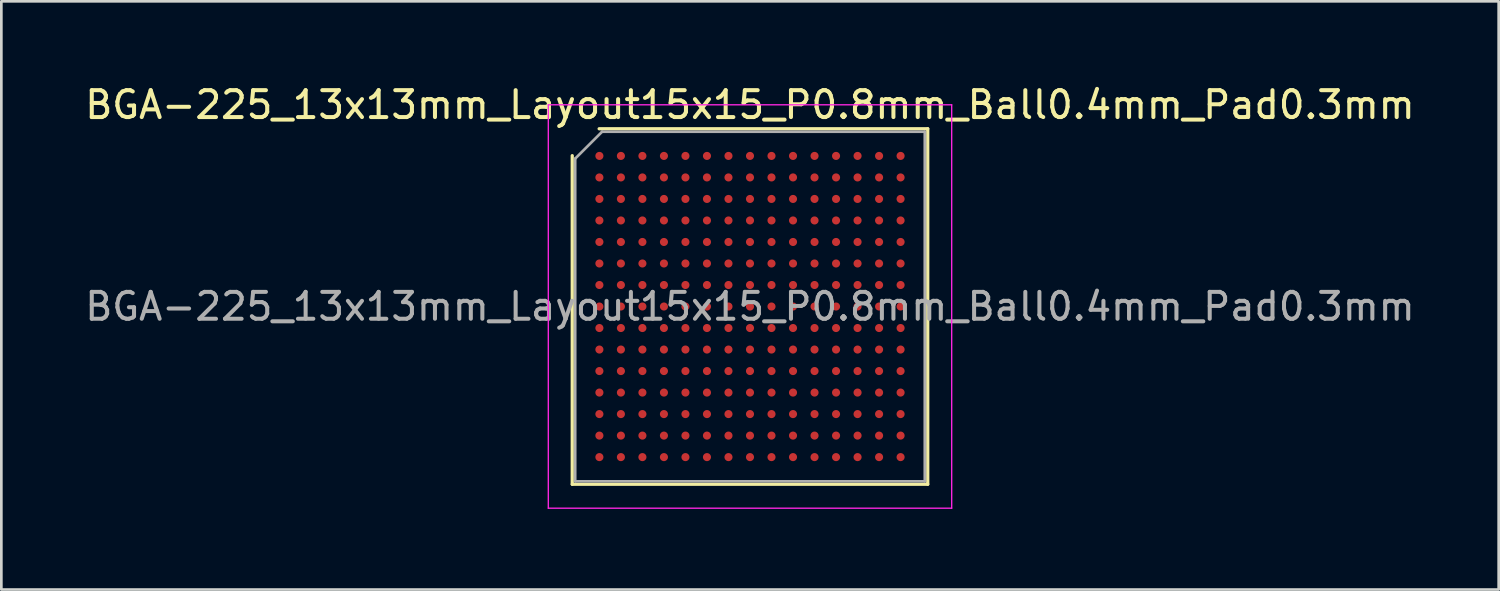
<source format=kicad_pcb>
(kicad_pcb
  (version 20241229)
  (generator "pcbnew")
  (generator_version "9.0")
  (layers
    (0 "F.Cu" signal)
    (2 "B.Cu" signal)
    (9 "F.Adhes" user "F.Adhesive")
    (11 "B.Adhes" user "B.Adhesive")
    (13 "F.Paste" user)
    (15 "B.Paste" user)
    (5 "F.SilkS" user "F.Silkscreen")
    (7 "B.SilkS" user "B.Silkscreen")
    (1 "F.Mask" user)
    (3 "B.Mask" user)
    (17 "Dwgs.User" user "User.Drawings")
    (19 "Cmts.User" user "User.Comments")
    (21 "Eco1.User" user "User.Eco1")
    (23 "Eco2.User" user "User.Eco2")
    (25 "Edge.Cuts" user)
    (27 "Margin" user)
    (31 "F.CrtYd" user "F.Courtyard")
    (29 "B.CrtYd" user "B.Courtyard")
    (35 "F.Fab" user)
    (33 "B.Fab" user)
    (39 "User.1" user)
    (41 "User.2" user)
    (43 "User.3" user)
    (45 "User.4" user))
  (footprint "BGA-225_13x13mm_Layout15x15_P0.8mm_Ball0.4mm_Pad0.3mm"
    (layer "F.Cu")
    (at 24.839 8.348)
    (property "Reference" "BGA-225_13x13mm_Layout15x15_P0.8mm_Ball0.4mm_Pad0.3mm" (at 0 -7.5 0) (layer "F.SilkS") (effects (font (size 1 1) (thickness 0.15))))
    (attr smd)
    (fp_line (start -6.61 6.61) (end -6.61 -5.61) (stroke (width 0.12) (type solid)) (layer "F.SilkS"))
    (fp_line (start -5.61 -6.61) (end 6.61 -6.61) (stroke (width 0.12) (type solid)) (layer "F.SilkS"))
    (fp_line (start 6.61 -6.61) (end 6.61 6.61) (stroke (width 0.12) (type solid)) (layer "F.SilkS"))
    (fp_line (start 6.61 6.61) (end -6.61 6.61) (stroke (width 0.12) (type solid)) (layer "F.SilkS"))
    (fp_line (start -7.5 -7.5) (end -7.5 7.5) (stroke (width 0.05) (type solid)) (layer "F.CrtYd"))
    (fp_line (start -7.5 7.5) (end 7.5 7.5) (stroke (width 0.05) (type solid)) (layer "F.CrtYd"))
    (fp_line (start 7.5 -7.5) (end -7.5 -7.5) (stroke (width 0.05) (type solid)) (layer "F.CrtYd"))
    (fp_line (start 7.5 7.5) (end 7.5 -7.5) (stroke (width 0.05) (type solid)) (layer "F.CrtYd"))
    (fp_line (start -6.5 -5.5) (end -5.5 -6.5) (stroke (width 0.1) (type solid)) (layer "F.Fab"))
    (fp_line (start -6.5 6.5) (end -6.5 -5.5) (stroke (width 0.1) (type solid)) (layer "F.Fab"))
    (fp_line (start -5.5 -6.5) (end 6.5 -6.5) (stroke (width 0.1) (type solid)) (layer "F.Fab"))
    (fp_line (start 6.5 -6.5) (end 6.5 6.5) (stroke (width 0.1) (type solid)) (layer "F.Fab"))
    (fp_line (start 6.5 6.5) (end -6.5 6.5) (stroke (width 0.1) (type solid)) (layer "F.Fab"))
    (fp_text user "${REFERENCE}" (at 0 0 0) (layer "F.Fab") (effects (font (size 1 1) (thickness 0.15))))
    (pad "A1" smd circle (at -5.6 -5.6) (size 0.3 0.3) (layers "F.Cu" "F.Mask" "F.Paste"))
    (pad "A2" smd circle (at -4.8 -5.6) (size 0.3 0.3) (layers "F.Cu" "F.Mask" "F.Paste"))
    (pad "A3" smd circle (at -4 -5.6) (size 0.3 0.3) (layers "F.Cu" "F.Mask" "F.Paste"))
    (pad "A4" smd circle (at -3.2 -5.6) (size 0.3 0.3) (layers "F.Cu" "F.Mask" "F.Paste"))
    (pad "A5" smd circle (at -2.4 -5.6) (size 0.3 0.3) (layers "F.Cu" "F.Mask" "F.Paste"))
    (pad "A6" smd circle (at -1.6 -5.6) (size 0.3 0.3) (layers "F.Cu" "F.Mask" "F.Paste"))
    (pad "A7" smd circle (at -0.8 -5.6) (size 0.3 0.3) (layers "F.Cu" "F.Mask" "F.Paste"))
    (pad "A8" smd circle (at 0 -5.6) (size 0.3 0.3) (layers "F.Cu" "F.Mask" "F.Paste"))
    (pad "A9" smd circle (at 0.8 -5.6) (size 0.3 0.3) (layers "F.Cu" "F.Mask" "F.Paste"))
    (pad "A10" smd circle (at 1.6 -5.6) (size 0.3 0.3) (layers "F.Cu" "F.Mask" "F.Paste"))
    (pad "A11" smd circle (at 2.4 -5.6) (size 0.3 0.3) (layers "F.Cu" "F.Mask" "F.Paste"))
    (pad "A12" smd circle (at 3.2 -5.6) (size 0.3 0.3) (layers "F.Cu" "F.Mask" "F.Paste"))
    (pad "A13" smd circle (at 4 -5.6) (size 0.3 0.3) (layers "F.Cu" "F.Mask" "F.Paste"))
    (pad "A14" smd circle (at 4.8 -5.6) (size 0.3 0.3) (layers "F.Cu" "F.Mask" "F.Paste"))
    (pad "A15" smd circle (at 5.6 -5.6) (size 0.3 0.3) (layers "F.Cu" "F.Mask" "F.Paste"))
    (pad "B1" smd circle (at -5.6 -4.8) (size 0.3 0.3) (layers "F.Cu" "F.Mask" "F.Paste"))
    (pad "B2" smd circle (at -4.8 -4.8) (size 0.3 0.3) (layers "F.Cu" "F.Mask" "F.Paste"))
    (pad "B3" smd circle (at -4 -4.8) (size 0.3 0.3) (layers "F.Cu" "F.Mask" "F.Paste"))
    (pad "B4" smd circle (at -3.2 -4.8) (size 0.3 0.3) (layers "F.Cu" "F.Mask" "F.Paste"))
    (pad "B5" smd circle (at -2.4 -4.8) (size 0.3 0.3) (layers "F.Cu" "F.Mask" "F.Paste"))
    (pad "B6" smd circle (at -1.6 -4.8) (size 0.3 0.3) (layers "F.Cu" "F.Mask" "F.Paste"))
    (pad "B7" smd circle (at -0.8 -4.8) (size 0.3 0.3) (layers "F.Cu" "F.Mask" "F.Paste"))
    (pad "B8" smd circle (at 0 -4.8) (size 0.3 0.3) (layers "F.Cu" "F.Mask" "F.Paste"))
    (pad "B9" smd circle (at 0.8 -4.8) (size 0.3 0.3) (layers "F.Cu" "F.Mask" "F.Paste"))
    (pad "B10" smd circle (at 1.6 -4.8) (size 0.3 0.3) (layers "F.Cu" "F.Mask" "F.Paste"))
    (pad "B11" smd circle (at 2.4 -4.8) (size 0.3 0.3) (layers "F.Cu" "F.Mask" "F.Paste"))
    (pad "B12" smd circle (at 3.2 -4.8) (size 0.3 0.3) (layers "F.Cu" "F.Mask" "F.Paste"))
    (pad "B13" smd circle (at 4 -4.8) (size 0.3 0.3) (layers "F.Cu" "F.Mask" "F.Paste"))
    (pad "B14" smd circle (at 4.8 -4.8) (size 0.3 0.3) (layers "F.Cu" "F.Mask" "F.Paste"))
    (pad "B15" smd circle (at 5.6 -4.8) (size 0.3 0.3) (layers "F.Cu" "F.Mask" "F.Paste"))
    (pad "C1" smd circle (at -5.6 -4) (size 0.3 0.3) (layers "F.Cu" "F.Mask" "F.Paste"))
    (pad "C2" smd circle (at -4.8 -4) (size 0.3 0.3) (layers "F.Cu" "F.Mask" "F.Paste"))
    (pad "C3" smd circle (at -4 -4) (size 0.3 0.3) (layers "F.Cu" "F.Mask" "F.Paste"))
    (pad "C4" smd circle (at -3.2 -4) (size 0.3 0.3) (layers "F.Cu" "F.Mask" "F.Paste"))
    (pad "C5" smd circle (at -2.4 -4) (size 0.3 0.3) (layers "F.Cu" "F.Mask" "F.Paste"))
    (pad "C6" smd circle (at -1.6 -4) (size 0.3 0.3) (layers "F.Cu" "F.Mask" "F.Paste"))
    (pad "C7" smd circle (at -0.8 -4) (size 0.3 0.3) (layers "F.Cu" "F.Mask" "F.Paste"))
    (pad "C8" smd circle (at 0 -4) (size 0.3 0.3) (layers "F.Cu" "F.Mask" "F.Paste"))
    (pad "C9" smd circle (at 0.8 -4) (size 0.3 0.3) (layers "F.Cu" "F.Mask" "F.Paste"))
    (pad "C10" smd circle (at 1.6 -4) (size 0.3 0.3) (layers "F.Cu" "F.Mask" "F.Paste"))
    (pad "C11" smd circle (at 2.4 -4) (size 0.3 0.3) (layers "F.Cu" "F.Mask" "F.Paste"))
    (pad "C12" smd circle (at 3.2 -4) (size 0.3 0.3) (layers "F.Cu" "F.Mask" "F.Paste"))
    (pad "C13" smd circle (at 4 -4) (size 0.3 0.3) (layers "F.Cu" "F.Mask" "F.Paste"))
    (pad "C14" smd circle (at 4.8 -4) (size 0.3 0.3) (layers "F.Cu" "F.Mask" "F.Paste"))
    (pad "C15" smd circle (at 5.6 -4) (size 0.3 0.3) (layers "F.Cu" "F.Mask" "F.Paste"))
    (pad "D1" smd circle (at -5.6 -3.2) (size 0.3 0.3) (layers "F.Cu" "F.Mask" "F.Paste"))
    (pad "D2" smd circle (at -4.8 -3.2) (size 0.3 0.3) (layers "F.Cu" "F.Mask" "F.Paste"))
    (pad "D3" smd circle (at -4 -3.2) (size 0.3 0.3) (layers "F.Cu" "F.Mask" "F.Paste"))
    (pad "D4" smd circle (at -3.2 -3.2) (size 0.3 0.3) (layers "F.Cu" "F.Mask" "F.Paste"))
    (pad "D5" smd circle (at -2.4 -3.2) (size 0.3 0.3) (layers "F.Cu" "F.Mask" "F.Paste"))
    (pad "D6" smd circle (at -1.6 -3.2) (size 0.3 0.3) (layers "F.Cu" "F.Mask" "F.Paste"))
    (pad "D7" smd circle (at -0.8 -3.2) (size 0.3 0.3) (layers "F.Cu" "F.Mask" "F.Paste"))
    (pad "D8" smd circle (at 0 -3.2) (size 0.3 0.3) (layers "F.Cu" "F.Mask" "F.Paste"))
    (pad "D9" smd circle (at 0.8 -3.2) (size 0.3 0.3) (layers "F.Cu" "F.Mask" "F.Paste"))
    (pad "D10" smd circle (at 1.6 -3.2) (size 0.3 0.3) (layers "F.Cu" "F.Mask" "F.Paste"))
    (pad "D11" smd circle (at 2.4 -3.2) (size 0.3 0.3) (layers "F.Cu" "F.Mask" "F.Paste"))
    (pad "D12" smd circle (at 3.2 -3.2) (size 0.3 0.3) (layers "F.Cu" "F.Mask" "F.Paste"))
    (pad "D13" smd circle (at 4 -3.2) (size 0.3 0.3) (layers "F.Cu" "F.Mask" "F.Paste"))
    (pad "D14" smd circle (at 4.8 -3.2) (size 0.3 0.3) (layers "F.Cu" "F.Mask" "F.Paste"))
    (pad "D15" smd circle (at 5.6 -3.2) (size 0.3 0.3) (layers "F.Cu" "F.Mask" "F.Paste"))
    (pad "E1" smd circle (at -5.6 -2.4) (size 0.3 0.3) (layers "F.Cu" "F.Mask" "F.Paste"))
    (pad "E2" smd circle (at -4.8 -2.4) (size 0.3 0.3) (layers "F.Cu" "F.Mask" "F.Paste"))
    (pad "E3" smd circle (at -4 -2.4) (size 0.3 0.3) (layers "F.Cu" "F.Mask" "F.Paste"))
    (pad "E4" smd circle (at -3.2 -2.4) (size 0.3 0.3) (layers "F.Cu" "F.Mask" "F.Paste"))
    (pad "E5" smd circle (at -2.4 -2.4) (size 0.3 0.3) (layers "F.Cu" "F.Mask" "F.Paste"))
    (pad "E6" smd circle (at -1.6 -2.4) (size 0.3 0.3) (layers "F.Cu" "F.Mask" "F.Paste"))
    (pad "E7" smd circle (at -0.8 -2.4) (size 0.3 0.3) (layers "F.Cu" "F.Mask" "F.Paste"))
    (pad "E8" smd circle (at 0 -2.4) (size 0.3 0.3) (layers "F.Cu" "F.Mask" "F.Paste"))
    (pad "E9" smd circle (at 0.8 -2.4) (size 0.3 0.3) (layers "F.Cu" "F.Mask" "F.Paste"))
    (pad "E10" smd circle (at 1.6 -2.4) (size 0.3 0.3) (layers "F.Cu" "F.Mask" "F.Paste"))
    (pad "E11" smd circle (at 2.4 -2.4) (size 0.3 0.3) (layers "F.Cu" "F.Mask" "F.Paste"))
    (pad "E12" smd circle (at 3.2 -2.4) (size 0.3 0.3) (layers "F.Cu" "F.Mask" "F.Paste"))
    (pad "E13" smd circle (at 4 -2.4) (size 0.3 0.3) (layers "F.Cu" "F.Mask" "F.Paste"))
    (pad "E14" smd circle (at 4.8 -2.4) (size 0.3 0.3) (layers "F.Cu" "F.Mask" "F.Paste"))
    (pad "E15" smd circle (at 5.6 -2.4) (size 0.3 0.3) (layers "F.Cu" "F.Mask" "F.Paste"))
    (pad "F1" smd circle (at -5.6 -1.6) (size 0.3 0.3) (layers "F.Cu" "F.Mask" "F.Paste"))
    (pad "F2" smd circle (at -4.8 -1.6) (size 0.3 0.3) (layers "F.Cu" "F.Mask" "F.Paste"))
    (pad "F3" smd circle (at -4 -1.6) (size 0.3 0.3) (layers "F.Cu" "F.Mask" "F.Paste"))
    (pad "F4" smd circle (at -3.2 -1.6) (size 0.3 0.3) (layers "F.Cu" "F.Mask" "F.Paste"))
    (pad "F5" smd circle (at -2.4 -1.6) (size 0.3 0.3) (layers "F.Cu" "F.Mask" "F.Paste"))
    (pad "F6" smd circle (at -1.6 -1.6) (size 0.3 0.3) (layers "F.Cu" "F.Mask" "F.Paste"))
    (pad "F7" smd circle (at -0.8 -1.6) (size 0.3 0.3) (layers "F.Cu" "F.Mask" "F.Paste"))
    (pad "F8" smd circle (at 0 -1.6) (size 0.3 0.3) (layers "F.Cu" "F.Mask" "F.Paste"))
    (pad "F9" smd circle (at 0.8 -1.6) (size 0.3 0.3) (layers "F.Cu" "F.Mask" "F.Paste"))
    (pad "F10" smd circle (at 1.6 -1.6) (size 0.3 0.3) (layers "F.Cu" "F.Mask" "F.Paste"))
    (pad "F11" smd circle (at 2.4 -1.6) (size 0.3 0.3) (layers "F.Cu" "F.Mask" "F.Paste"))
    (pad "F12" smd circle (at 3.2 -1.6) (size 0.3 0.3) (layers "F.Cu" "F.Mask" "F.Paste"))
    (pad "F13" smd circle (at 4 -1.6) (size 0.3 0.3) (layers "F.Cu" "F.Mask" "F.Paste"))
    (pad "F14" smd circle (at 4.8 -1.6) (size 0.3 0.3) (layers "F.Cu" "F.Mask" "F.Paste"))
    (pad "F15" smd circle (at 5.6 -1.6) (size 0.3 0.3) (layers "F.Cu" "F.Mask" "F.Paste"))
    (pad "G1" smd circle (at -5.6 -0.8) (size 0.3 0.3) (layers "F.Cu" "F.Mask" "F.Paste"))
    (pad "G2" smd circle (at -4.8 -0.8) (size 0.3 0.3) (layers "F.Cu" "F.Mask" "F.Paste"))
    (pad "G3" smd circle (at -4 -0.8) (size 0.3 0.3) (layers "F.Cu" "F.Mask" "F.Paste"))
    (pad "G4" smd circle (at -3.2 -0.8) (size 0.3 0.3) (layers "F.Cu" "F.Mask" "F.Paste"))
    (pad "G5" smd circle (at -2.4 -0.8) (size 0.3 0.3) (layers "F.Cu" "F.Mask" "F.Paste"))
    (pad "G6" smd circle (at -1.6 -0.8) (size 0.3 0.3) (layers "F.Cu" "F.Mask" "F.Paste"))
    (pad "G7" smd circle (at -0.8 -0.8) (size 0.3 0.3) (layers "F.Cu" "F.Mask" "F.Paste"))
    (pad "G8" smd circle (at 0 -0.8) (size 0.3 0.3) (layers "F.Cu" "F.Mask" "F.Paste"))
    (pad "G9" smd circle (at 0.8 -0.8) (size 0.3 0.3) (layers "F.Cu" "F.Mask" "F.Paste"))
    (pad "G10" smd circle (at 1.6 -0.8) (size 0.3 0.3) (layers "F.Cu" "F.Mask" "F.Paste"))
    (pad "G11" smd circle (at 2.4 -0.8) (size 0.3 0.3) (layers "F.Cu" "F.Mask" "F.Paste"))
    (pad "G12" smd circle (at 3.2 -0.8) (size 0.3 0.3) (layers "F.Cu" "F.Mask" "F.Paste"))
    (pad "G13" smd circle (at 4 -0.8) (size 0.3 0.3) (layers "F.Cu" "F.Mask" "F.Paste"))
    (pad "G14" smd circle (at 4.8 -0.8) (size 0.3 0.3) (layers "F.Cu" "F.Mask" "F.Paste"))
    (pad "G15" smd circle (at 5.6 -0.8) (size 0.3 0.3) (layers "F.Cu" "F.Mask" "F.Paste"))
    (pad "H1" smd circle (at -5.6 0) (size 0.3 0.3) (layers "F.Cu" "F.Mask" "F.Paste"))
    (pad "H2" smd circle (at -4.8 0) (size 0.3 0.3) (layers "F.Cu" "F.Mask" "F.Paste"))
    (pad "H3" smd circle (at -4 0) (size 0.3 0.3) (layers "F.Cu" "F.Mask" "F.Paste"))
    (pad "H4" smd circle (at -3.2 0) (size 0.3 0.3) (layers "F.Cu" "F.Mask" "F.Paste"))
    (pad "H5" smd circle (at -2.4 0) (size 0.3 0.3) (layers "F.Cu" "F.Mask" "F.Paste"))
    (pad "H6" smd circle (at -1.6 0) (size 0.3 0.3) (layers "F.Cu" "F.Mask" "F.Paste"))
    (pad "H7" smd circle (at -0.8 0) (size 0.3 0.3) (layers "F.Cu" "F.Mask" "F.Paste"))
    (pad "H8" smd circle (at 0 0) (size 0.3 0.3) (layers "F.Cu" "F.Mask" "F.Paste"))
    (pad "H9" smd circle (at 0.8 0) (size 0.3 0.3) (layers "F.Cu" "F.Mask" "F.Paste"))
    (pad "H10" smd circle (at 1.6 0) (size 0.3 0.3) (layers "F.Cu" "F.Mask" "F.Paste"))
    (pad "H11" smd circle (at 2.4 0) (size 0.3 0.3) (layers "F.Cu" "F.Mask" "F.Paste"))
    (pad "H12" smd circle (at 3.2 0) (size 0.3 0.3) (layers "F.Cu" "F.Mask" "F.Paste"))
    (pad "H13" smd circle (at 4 0) (size 0.3 0.3) (layers "F.Cu" "F.Mask" "F.Paste"))
    (pad "H14" smd circle (at 4.8 0) (size 0.3 0.3) (layers "F.Cu" "F.Mask" "F.Paste"))
    (pad "H15" smd circle (at 5.6 0) (size 0.3 0.3) (layers "F.Cu" "F.Mask" "F.Paste"))
    (pad "J1" smd circle (at -5.6 0.8) (size 0.3 0.3) (layers "F.Cu" "F.Mask" "F.Paste"))
    (pad "J2" smd circle (at -4.8 0.8) (size 0.3 0.3) (layers "F.Cu" "F.Mask" "F.Paste"))
    (pad "J3" smd circle (at -4 0.8) (size 0.3 0.3) (layers "F.Cu" "F.Mask" "F.Paste"))
    (pad "J4" smd circle (at -3.2 0.8) (size 0.3 0.3) (layers "F.Cu" "F.Mask" "F.Paste"))
    (pad "J5" smd circle (at -2.4 0.8) (size 0.3 0.3) (layers "F.Cu" "F.Mask" "F.Paste"))
    (pad "J6" smd circle (at -1.6 0.8) (size 0.3 0.3) (layers "F.Cu" "F.Mask" "F.Paste"))
    (pad "J7" smd circle (at -0.8 0.8) (size 0.3 0.3) (layers "F.Cu" "F.Mask" "F.Paste"))
    (pad "J8" smd circle (at 0 0.8) (size 0.3 0.3) (layers "F.Cu" "F.Mask" "F.Paste"))
    (pad "J9" smd circle (at 0.8 0.8) (size 0.3 0.3) (layers "F.Cu" "F.Mask" "F.Paste"))
    (pad "J10" smd circle (at 1.6 0.8) (size 0.3 0.3) (layers "F.Cu" "F.Mask" "F.Paste"))
    (pad "J11" smd circle (at 2.4 0.8) (size 0.3 0.3) (layers "F.Cu" "F.Mask" "F.Paste"))
    (pad "J12" smd circle (at 3.2 0.8) (size 0.3 0.3) (layers "F.Cu" "F.Mask" "F.Paste"))
    (pad "J13" smd circle (at 4 0.8) (size 0.3 0.3) (layers "F.Cu" "F.Mask" "F.Paste"))
    (pad "J14" smd circle (at 4.8 0.8) (size 0.3 0.3) (layers "F.Cu" "F.Mask" "F.Paste"))
    (pad "J15" smd circle (at 5.6 0.8) (size 0.3 0.3) (layers "F.Cu" "F.Mask" "F.Paste"))
    (pad "K1" smd circle (at -5.6 1.6) (size 0.3 0.3) (layers "F.Cu" "F.Mask" "F.Paste"))
    (pad "K2" smd circle (at -4.8 1.6) (size 0.3 0.3) (layers "F.Cu" "F.Mask" "F.Paste"))
    (pad "K3" smd circle (at -4 1.6) (size 0.3 0.3) (layers "F.Cu" "F.Mask" "F.Paste"))
    (pad "K4" smd circle (at -3.2 1.6) (size 0.3 0.3) (layers "F.Cu" "F.Mask" "F.Paste"))
    (pad "K5" smd circle (at -2.4 1.6) (size 0.3 0.3) (layers "F.Cu" "F.Mask" "F.Paste"))
    (pad "K6" smd circle (at -1.6 1.6) (size 0.3 0.3) (layers "F.Cu" "F.Mask" "F.Paste"))
    (pad "K7" smd circle (at -0.8 1.6) (size 0.3 0.3) (layers "F.Cu" "F.Mask" "F.Paste"))
    (pad "K8" smd circle (at 0 1.6) (size 0.3 0.3) (layers "F.Cu" "F.Mask" "F.Paste"))
    (pad "K9" smd circle (at 0.8 1.6) (size 0.3 0.3) (layers "F.Cu" "F.Mask" "F.Paste"))
    (pad "K10" smd circle (at 1.6 1.6) (size 0.3 0.3) (layers "F.Cu" "F.Mask" "F.Paste"))
    (pad "K11" smd circle (at 2.4 1.6) (size 0.3 0.3) (layers "F.Cu" "F.Mask" "F.Paste"))
    (pad "K12" smd circle (at 3.2 1.6) (size 0.3 0.3) (layers "F.Cu" "F.Mask" "F.Paste"))
    (pad "K13" smd circle (at 4 1.6) (size 0.3 0.3) (layers "F.Cu" "F.Mask" "F.Paste"))
    (pad "K14" smd circle (at 4.8 1.6) (size 0.3 0.3) (layers "F.Cu" "F.Mask" "F.Paste"))
    (pad "K15" smd circle (at 5.6 1.6) (size 0.3 0.3) (layers "F.Cu" "F.Mask" "F.Paste"))
    (pad "L1" smd circle (at -5.6 2.4) (size 0.3 0.3) (layers "F.Cu" "F.Mask" "F.Paste"))
    (pad "L2" smd circle (at -4.8 2.4) (size 0.3 0.3) (layers "F.Cu" "F.Mask" "F.Paste"))
    (pad "L3" smd circle (at -4 2.4) (size 0.3 0.3) (layers "F.Cu" "F.Mask" "F.Paste"))
    (pad "L4" smd circle (at -3.2 2.4) (size 0.3 0.3) (layers "F.Cu" "F.Mask" "F.Paste"))
    (pad "L5" smd circle (at -2.4 2.4) (size 0.3 0.3) (layers "F.Cu" "F.Mask" "F.Paste"))
    (pad "L6" smd circle (at -1.6 2.4) (size 0.3 0.3) (layers "F.Cu" "F.Mask" "F.Paste"))
    (pad "L7" smd circle (at -0.8 2.4) (size 0.3 0.3) (layers "F.Cu" "F.Mask" "F.Paste"))
    (pad "L8" smd circle (at 0 2.4) (size 0.3 0.3) (layers "F.Cu" "F.Mask" "F.Paste"))
    (pad "L9" smd circle (at 0.8 2.4) (size 0.3 0.3) (layers "F.Cu" "F.Mask" "F.Paste"))
    (pad "L10" smd circle (at 1.6 2.4) (size 0.3 0.3) (layers "F.Cu" "F.Mask" "F.Paste"))
    (pad "L11" smd circle (at 2.4 2.4) (size 0.3 0.3) (layers "F.Cu" "F.Mask" "F.Paste"))
    (pad "L12" smd circle (at 3.2 2.4) (size 0.3 0.3) (layers "F.Cu" "F.Mask" "F.Paste"))
    (pad "L13" smd circle (at 4 2.4) (size 0.3 0.3) (layers "F.Cu" "F.Mask" "F.Paste"))
    (pad "L14" smd circle (at 4.8 2.4) (size 0.3 0.3) (layers "F.Cu" "F.Mask" "F.Paste"))
    (pad "L15" smd circle (at 5.6 2.4) (size 0.3 0.3) (layers "F.Cu" "F.Mask" "F.Paste"))
    (pad "M1" smd circle (at -5.6 3.2) (size 0.3 0.3) (layers "F.Cu" "F.Mask" "F.Paste"))
    (pad "M2" smd circle (at -4.8 3.2) (size 0.3 0.3) (layers "F.Cu" "F.Mask" "F.Paste"))
    (pad "M3" smd circle (at -4 3.2) (size 0.3 0.3) (layers "F.Cu" "F.Mask" "F.Paste"))
    (pad "M4" smd circle (at -3.2 3.2) (size 0.3 0.3) (layers "F.Cu" "F.Mask" "F.Paste"))
    (pad "M5" smd circle (at -2.4 3.2) (size 0.3 0.3) (layers "F.Cu" "F.Mask" "F.Paste"))
    (pad "M6" smd circle (at -1.6 3.2) (size 0.3 0.3) (layers "F.Cu" "F.Mask" "F.Paste"))
    (pad "M7" smd circle (at -0.8 3.2) (size 0.3 0.3) (layers "F.Cu" "F.Mask" "F.Paste"))
    (pad "M8" smd circle (at 0 3.2) (size 0.3 0.3) (layers "F.Cu" "F.Mask" "F.Paste"))
    (pad "M9" smd circle (at 0.8 3.2) (size 0.3 0.3) (layers "F.Cu" "F.Mask" "F.Paste"))
    (pad "M10" smd circle (at 1.6 3.2) (size 0.3 0.3) (layers "F.Cu" "F.Mask" "F.Paste"))
    (pad "M11" smd circle (at 2.4 3.2) (size 0.3 0.3) (layers "F.Cu" "F.Mask" "F.Paste"))
    (pad "M12" smd circle (at 3.2 3.2) (size 0.3 0.3) (layers "F.Cu" "F.Mask" "F.Paste"))
    (pad "M13" smd circle (at 4 3.2) (size 0.3 0.3) (layers "F.Cu" "F.Mask" "F.Paste"))
    (pad "M14" smd circle (at 4.8 3.2) (size 0.3 0.3) (layers "F.Cu" "F.Mask" "F.Paste"))
    (pad "M15" smd circle (at 5.6 3.2) (size 0.3 0.3) (layers "F.Cu" "F.Mask" "F.Paste"))
    (pad "N1" smd circle (at -5.6 4) (size 0.3 0.3) (layers "F.Cu" "F.Mask" "F.Paste"))
    (pad "N2" smd circle (at -4.8 4) (size 0.3 0.3) (layers "F.Cu" "F.Mask" "F.Paste"))
    (pad "N3" smd circle (at -4 4) (size 0.3 0.3) (layers "F.Cu" "F.Mask" "F.Paste"))
    (pad "N4" smd circle (at -3.2 4) (size 0.3 0.3) (layers "F.Cu" "F.Mask" "F.Paste"))
    (pad "N5" smd circle (at -2.4 4) (size 0.3 0.3) (layers "F.Cu" "F.Mask" "F.Paste"))
    (pad "N6" smd circle (at -1.6 4) (size 0.3 0.3) (layers "F.Cu" "F.Mask" "F.Paste"))
    (pad "N7" smd circle (at -0.8 4) (size 0.3 0.3) (layers "F.Cu" "F.Mask" "F.Paste"))
    (pad "N8" smd circle (at 0 4) (size 0.3 0.3) (layers "F.Cu" "F.Mask" "F.Paste"))
    (pad "N9" smd circle (at 0.8 4) (size 0.3 0.3) (layers "F.Cu" "F.Mask" "F.Paste"))
    (pad "N10" smd circle (at 1.6 4) (size 0.3 0.3) (layers "F.Cu" "F.Mask" "F.Paste"))
    (pad "N11" smd circle (at 2.4 4) (size 0.3 0.3) (layers "F.Cu" "F.Mask" "F.Paste"))
    (pad "N12" smd circle (at 3.2 4) (size 0.3 0.3) (layers "F.Cu" "F.Mask" "F.Paste"))
    (pad "N13" smd circle (at 4 4) (size 0.3 0.3) (layers "F.Cu" "F.Mask" "F.Paste"))
    (pad "N14" smd circle (at 4.8 4) (size 0.3 0.3) (layers "F.Cu" "F.Mask" "F.Paste"))
    (pad "N15" smd circle (at 5.6 4) (size 0.3 0.3) (layers "F.Cu" "F.Mask" "F.Paste"))
    (pad "P1" smd circle (at -5.6 4.8) (size 0.3 0.3) (layers "F.Cu" "F.Mask" "F.Paste"))
    (pad "P2" smd circle (at -4.8 4.8) (size 0.3 0.3) (layers "F.Cu" "F.Mask" "F.Paste"))
    (pad "P3" smd circle (at -4 4.8) (size 0.3 0.3) (layers "F.Cu" "F.Mask" "F.Paste"))
    (pad "P4" smd circle (at -3.2 4.8) (size 0.3 0.3) (layers "F.Cu" "F.Mask" "F.Paste"))
    (pad "P5" smd circle (at -2.4 4.8) (size 0.3 0.3) (layers "F.Cu" "F.Mask" "F.Paste"))
    (pad "P6" smd circle (at -1.6 4.8) (size 0.3 0.3) (layers "F.Cu" "F.Mask" "F.Paste"))
    (pad "P7" smd circle (at -0.8 4.8) (size 0.3 0.3) (layers "F.Cu" "F.Mask" "F.Paste"))
    (pad "P8" smd circle (at 0 4.8) (size 0.3 0.3) (layers "F.Cu" "F.Mask" "F.Paste"))
    (pad "P9" smd circle (at 0.8 4.8) (size 0.3 0.3) (layers "F.Cu" "F.Mask" "F.Paste"))
    (pad "P10" smd circle (at 1.6 4.8) (size 0.3 0.3) (layers "F.Cu" "F.Mask" "F.Paste"))
    (pad "P11" smd circle (at 2.4 4.8) (size 0.3 0.3) (layers "F.Cu" "F.Mask" "F.Paste"))
    (pad "P12" smd circle (at 3.2 4.8) (size 0.3 0.3) (layers "F.Cu" "F.Mask" "F.Paste"))
    (pad "P13" smd circle (at 4 4.8) (size 0.3 0.3) (layers "F.Cu" "F.Mask" "F.Paste"))
    (pad "P14" smd circle (at 4.8 4.8) (size 0.3 0.3) (layers "F.Cu" "F.Mask" "F.Paste"))
    (pad "P15" smd circle (at 5.6 4.8) (size 0.3 0.3) (layers "F.Cu" "F.Mask" "F.Paste"))
    (pad "R1" smd circle (at -5.6 5.6) (size 0.3 0.3) (layers "F.Cu" "F.Mask" "F.Paste"))
    (pad "R2" smd circle (at -4.8 5.6) (size 0.3 0.3) (layers "F.Cu" "F.Mask" "F.Paste"))
    (pad "R3" smd circle (at -4 5.6) (size 0.3 0.3) (layers "F.Cu" "F.Mask" "F.Paste"))
    (pad "R4" smd circle (at -3.2 5.6) (size 0.3 0.3) (layers "F.Cu" "F.Mask" "F.Paste"))
    (pad "R5" smd circle (at -2.4 5.6) (size 0.3 0.3) (layers "F.Cu" "F.Mask" "F.Paste"))
    (pad "R6" smd circle (at -1.6 5.6) (size 0.3 0.3) (layers "F.Cu" "F.Mask" "F.Paste"))
    (pad "R7" smd circle (at -0.8 5.6) (size 0.3 0.3) (layers "F.Cu" "F.Mask" "F.Paste"))
    (pad "R8" smd circle (at 0 5.6) (size 0.3 0.3) (layers "F.Cu" "F.Mask" "F.Paste"))
    (pad "R9" smd circle (at 0.8 5.6) (size 0.3 0.3) (layers "F.Cu" "F.Mask" "F.Paste"))
    (pad "R10" smd circle (at 1.6 5.6) (size 0.3 0.3) (layers "F.Cu" "F.Mask" "F.Paste"))
    (pad "R11" smd circle (at 2.4 5.6) (size 0.3 0.3) (layers "F.Cu" "F.Mask" "F.Paste"))
    (pad "R12" smd circle (at 3.2 5.6) (size 0.3 0.3) (layers "F.Cu" "F.Mask" "F.Paste"))
    (pad "R13" smd circle (at 4 5.6) (size 0.3 0.3) (layers "F.Cu" "F.Mask" "F.Paste"))
    (pad "R14" smd circle (at 4.8 5.6) (size 0.3 0.3) (layers "F.Cu" "F.Mask" "F.Paste"))
    (pad "R15" smd circle (at 5.6 5.6) (size 0.3 0.3) (layers "F.Cu" "F.Mask" "F.Paste")))
  (gr_rect
    (start -3 -3)
    (end 52.679 18.873)
    (stroke (width 0.1) (type default))
    (fill no)
    (layer "Edge.Cuts")))
</source>
